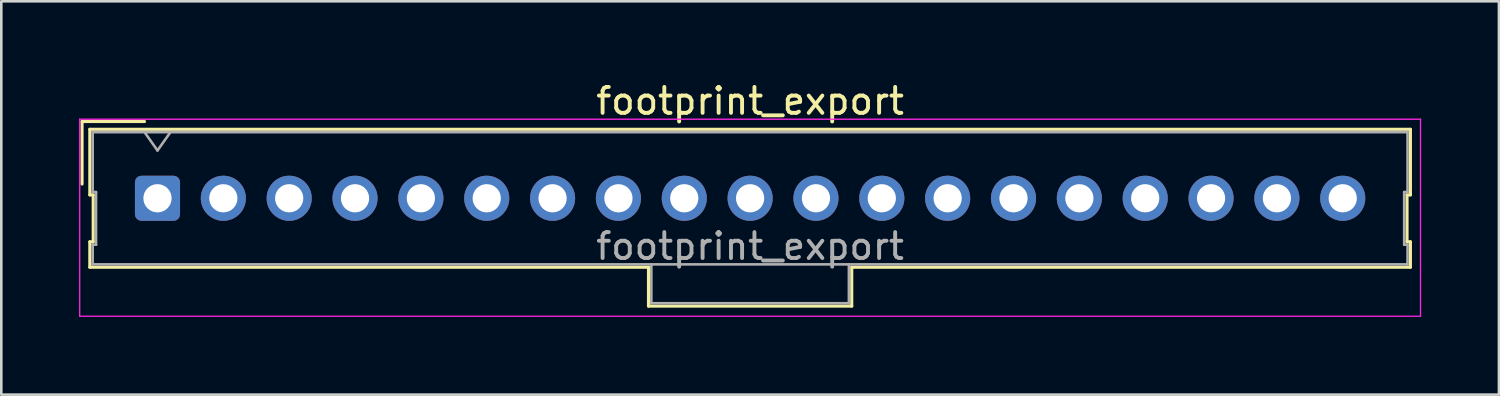
<source format=kicad_pcb>
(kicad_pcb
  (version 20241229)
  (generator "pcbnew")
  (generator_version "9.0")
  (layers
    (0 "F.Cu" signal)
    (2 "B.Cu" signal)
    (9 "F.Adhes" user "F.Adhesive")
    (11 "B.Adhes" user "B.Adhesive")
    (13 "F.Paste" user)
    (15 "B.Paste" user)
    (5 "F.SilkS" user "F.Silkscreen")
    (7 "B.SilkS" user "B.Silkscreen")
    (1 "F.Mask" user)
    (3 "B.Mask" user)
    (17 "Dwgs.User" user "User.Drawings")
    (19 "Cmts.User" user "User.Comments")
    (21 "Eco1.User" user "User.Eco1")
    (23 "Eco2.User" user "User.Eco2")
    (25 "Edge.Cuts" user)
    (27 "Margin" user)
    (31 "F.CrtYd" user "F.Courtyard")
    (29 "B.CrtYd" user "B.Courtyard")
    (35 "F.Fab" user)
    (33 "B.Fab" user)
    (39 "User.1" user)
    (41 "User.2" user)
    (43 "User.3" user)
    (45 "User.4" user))
  (footprint "footprint_export"
    (layer "F.Cu")
    (at 3.025 4.598)
    (property "Reference" "footprint_export" (at 22.86 -3.75 0) (layer "F.SilkS") (effects (font (size 1 1) (thickness 0.15))))
    (attr through_hole)
    (fp_line (start -2.91 -2.96) (end -0.5 -2.96) (stroke (width 0.12) (type solid)) (layer "F.SilkS"))
    (fp_line (start -2.91 -0.55) (end -2.91 -2.96) (stroke (width 0.12) (type solid)) (layer "F.SilkS"))
    (fp_line (start -2.61 -2.66) (end -2.61 -0.13) (stroke (width 0.12) (type solid)) (layer "F.SilkS"))
    (fp_line (start -2.61 -0.13) (end -2.48 -0.13) (stroke (width 0.12) (type solid)) (layer "F.SilkS"))
    (fp_line (start -2.61 1.68) (end -2.61 2.66) (stroke (width 0.12) (type solid)) (layer "F.SilkS"))
    (fp_line (start -2.61 2.66) (end 18.94 2.66) (stroke (width 0.12) (type solid)) (layer "F.SilkS"))
    (fp_line (start -2.48 -0.13) (end -2.48 1.68) (stroke (width 0.12) (type solid)) (layer "F.SilkS"))
    (fp_line (start -2.48 1.68) (end -2.61 1.68) (stroke (width 0.12) (type solid)) (layer "F.SilkS"))
    (fp_line (start 18.94 2.66) (end 18.94 4.16) (stroke (width 0.12) (type solid)) (layer "F.SilkS"))
    (fp_line (start 18.94 4.16) (end 26.78 4.16) (stroke (width 0.12) (type solid)) (layer "F.SilkS"))
    (fp_line (start 26.78 2.66) (end 48.33 2.66) (stroke (width 0.12) (type solid)) (layer "F.SilkS"))
    (fp_line (start 26.78 4.16) (end 26.78 2.66) (stroke (width 0.12) (type solid)) (layer "F.SilkS"))
    (fp_line (start 48.2 -0.13) (end 48.33 -0.13) (stroke (width 0.12) (type solid)) (layer "F.SilkS"))
    (fp_line (start 48.2 1.68) (end 48.2 -0.13) (stroke (width 0.12) (type solid)) (layer "F.SilkS"))
    (fp_line (start 48.33 -2.66) (end -2.61 -2.66) (stroke (width 0.12) (type solid)) (layer "F.SilkS"))
    (fp_line (start 48.33 -0.13) (end 48.33 -2.66) (stroke (width 0.12) (type solid)) (layer "F.SilkS"))
    (fp_line (start 48.33 1.68) (end 48.2 1.68) (stroke (width 0.12) (type solid)) (layer "F.SilkS"))
    (fp_line (start 48.33 2.66) (end 48.33 1.68) (stroke (width 0.12) (type solid)) (layer "F.SilkS"))
    (fp_line (start -3 -3.05) (end -3 4.55) (stroke (width 0.05) (type solid)) (layer "F.CrtYd"))
    (fp_line (start -3 4.55) (end 48.72 4.55) (stroke (width 0.05) (type solid)) (layer "F.CrtYd"))
    (fp_line (start 48.72 -3.05) (end -3 -3.05) (stroke (width 0.05) (type solid)) (layer "F.CrtYd"))
    (fp_line (start 48.72 4.55) (end 48.72 -3.05) (stroke (width 0.05) (type solid)) (layer "F.CrtYd"))
    (fp_line (start -2.5 -2.55) (end -2.5 -0.24) (stroke (width 0.1) (type solid)) (layer "F.Fab"))
    (fp_line (start -2.5 -0.24) (end -2.37 -0.24) (stroke (width 0.1) (type solid)) (layer "F.Fab"))
    (fp_line (start -2.5 1.79) (end -2.5 2.55) (stroke (width 0.1) (type solid)) (layer "F.Fab"))
    (fp_line (start -2.5 2.55) (end 48.22 2.55) (stroke (width 0.1) (type solid)) (layer "F.Fab"))
    (fp_line (start -2.37 -0.24) (end -2.37 1.79) (stroke (width 0.1) (type solid)) (layer "F.Fab"))
    (fp_line (start -2.37 1.79) (end -2.5 1.79) (stroke (width 0.1) (type solid)) (layer "F.Fab"))
    (fp_line (start 0 -1.843) (end -0.5 -2.55) (stroke (width 0.1) (type solid)) (layer "F.Fab"))
    (fp_line (start 0.5 -2.55) (end 0 -1.843) (stroke (width 0.1) (type solid)) (layer "F.Fab"))
    (fp_line (start 19.05 2.55) (end 19.05 4.05) (stroke (width 0.1) (type solid)) (layer "F.Fab"))
    (fp_line (start 19.05 4.05) (end 26.67 4.05) (stroke (width 0.1) (type solid)) (layer "F.Fab"))
    (fp_line (start 26.67 4.05) (end 26.67 2.55) (stroke (width 0.1) (type solid)) (layer "F.Fab"))
    (fp_line (start 48.09 -0.24) (end 48.22 -0.24) (stroke (width 0.1) (type solid)) (layer "F.Fab"))
    (fp_line (start 48.09 1.79) (end 48.09 -0.24) (stroke (width 0.1) (type solid)) (layer "F.Fab"))
    (fp_line (start 48.22 -2.55) (end -2.5 -2.55) (stroke (width 0.1) (type solid)) (layer "F.Fab"))
    (fp_line (start 48.22 -0.24) (end 48.22 -2.55) (stroke (width 0.1) (type solid)) (layer "F.Fab"))
    (fp_line (start 48.22 1.79) (end 48.09 1.79) (stroke (width 0.1) (type solid)) (layer "F.Fab"))
    (fp_line (start 48.22 2.55) (end 48.22 1.79) (stroke (width 0.1) (type solid)) (layer "F.Fab"))
    (fp_text user "${REFERENCE}" (at 22.86 1.85 0) (layer "F.Fab") (effects (font (size 1 1) (thickness 0.15))))
    (pad "1" thru_hole roundrect (at 0 0) (size 1.74 1.74) (drill 1.09) (layers "*.Cu" "*.Mask") (roundrect_rratio 0.144))
    (pad "2" thru_hole circle (at 2.54 0) (size 1.74 1.74) (drill 1.09) (layers "*.Cu" "*.Mask"))
    (pad "3" thru_hole circle (at 5.08 0) (size 1.74 1.74) (drill 1.09) (layers "*.Cu" "*.Mask"))
    (pad "4" thru_hole circle (at 7.62 0) (size 1.74 1.74) (drill 1.09) (layers "*.Cu" "*.Mask"))
    (pad "5" thru_hole circle (at 10.16 0) (size 1.74 1.74) (drill 1.09) (layers "*.Cu" "*.Mask"))
    (pad "6" thru_hole circle (at 12.7 0) (size 1.74 1.74) (drill 1.09) (layers "*.Cu" "*.Mask"))
    (pad "7" thru_hole circle (at 15.24 0) (size 1.74 1.74) (drill 1.09) (layers "*.Cu" "*.Mask"))
    (pad "8" thru_hole circle (at 17.78 0) (size 1.74 1.74) (drill 1.09) (layers "*.Cu" "*.Mask"))
    (pad "9" thru_hole circle (at 20.32 0) (size 1.74 1.74) (drill 1.09) (layers "*.Cu" "*.Mask"))
    (pad "10" thru_hole circle (at 22.86 0) (size 1.74 1.74) (drill 1.09) (layers "*.Cu" "*.Mask"))
    (pad "11" thru_hole circle (at 25.4 0) (size 1.74 1.74) (drill 1.09) (layers "*.Cu" "*.Mask"))
    (pad "12" thru_hole circle (at 27.94 0) (size 1.74 1.74) (drill 1.09) (layers "*.Cu" "*.Mask"))
    (pad "13" thru_hole circle (at 30.48 0) (size 1.74 1.74) (drill 1.09) (layers "*.Cu" "*.Mask"))
    (pad "14" thru_hole circle (at 33.02 0) (size 1.74 1.74) (drill 1.09) (layers "*.Cu" "*.Mask"))
    (pad "15" thru_hole circle (at 35.56 0) (size 1.74 1.74) (drill 1.09) (layers "*.Cu" "*.Mask"))
    (pad "16" thru_hole circle (at 38.1 0) (size 1.74 1.74) (drill 1.09) (layers "*.Cu" "*.Mask"))
    (pad "17" thru_hole circle (at 40.64 0) (size 1.74 1.74) (drill 1.09) (layers "*.Cu" "*.Mask"))
    (pad "18" thru_hole circle (at 43.18 0) (size 1.74 1.74) (drill 1.09) (layers "*.Cu" "*.Mask"))
    (pad "19" thru_hole circle (at 45.72 0) (size 1.74 1.74) (drill 1.09) (layers "*.Cu" "*.Mask")))
  (gr_rect
    (start -3 -3)
    (end 54.77 12.173)
    (stroke (width 0.1) (type default))
    (fill no)
    (layer "Edge.Cuts")))
</source>
